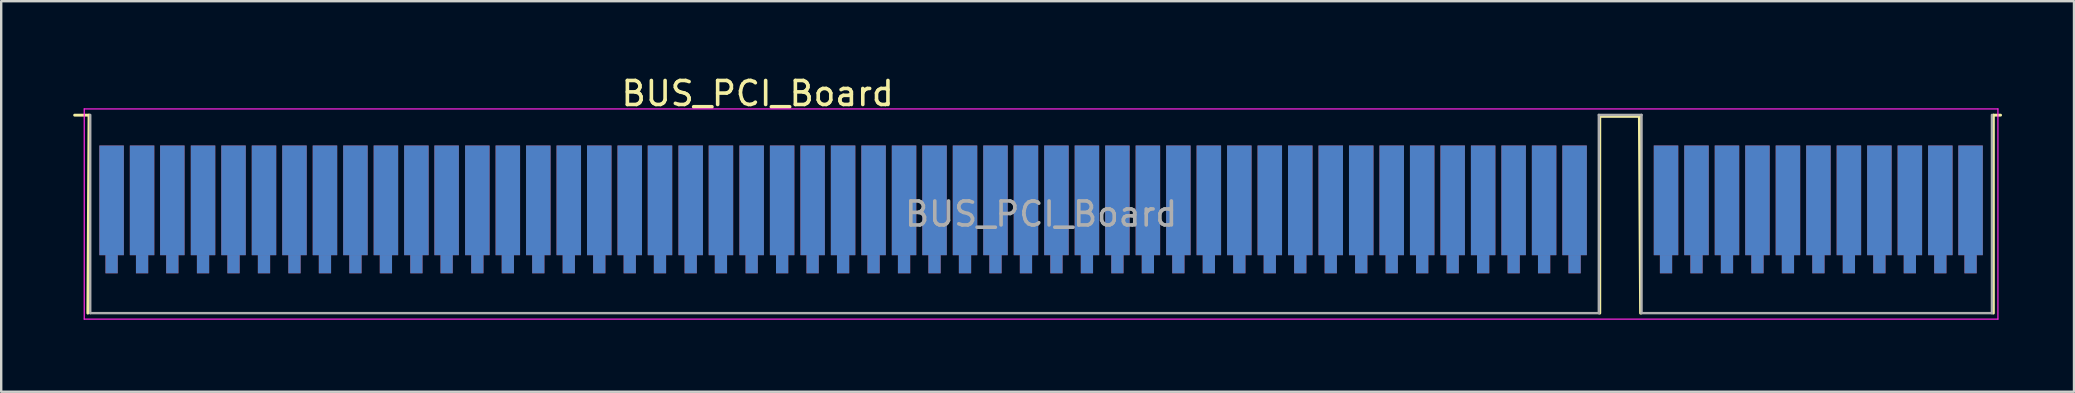
<source format=kicad_pcb>
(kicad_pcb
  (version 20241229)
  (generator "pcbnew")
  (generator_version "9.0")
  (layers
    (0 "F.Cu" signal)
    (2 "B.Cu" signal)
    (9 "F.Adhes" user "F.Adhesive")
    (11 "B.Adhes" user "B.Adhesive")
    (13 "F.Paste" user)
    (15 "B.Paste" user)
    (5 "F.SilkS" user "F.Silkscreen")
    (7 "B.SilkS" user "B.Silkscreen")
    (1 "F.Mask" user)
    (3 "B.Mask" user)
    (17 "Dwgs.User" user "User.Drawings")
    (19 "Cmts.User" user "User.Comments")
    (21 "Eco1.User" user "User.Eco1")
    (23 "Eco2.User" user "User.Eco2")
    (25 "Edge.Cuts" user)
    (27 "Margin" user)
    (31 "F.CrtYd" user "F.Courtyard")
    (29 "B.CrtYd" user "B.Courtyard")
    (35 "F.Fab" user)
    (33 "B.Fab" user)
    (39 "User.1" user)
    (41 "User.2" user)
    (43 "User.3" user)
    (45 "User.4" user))
  (footprint "BUS_PCI_Board"
    (layer "F.Cu")
    (at 40.33 6.628)
    (property "Reference" "BUS_PCI_Board" (at -11.81 -5.78 0) (layer "F.SilkS") (effects (font (size 1 1) (thickness 0.15))))
    (attr exclude_from_pos_files exclude_from_bom)
    (fp_line (start -40.27 -4.88) (end -39.67 -4.88) (stroke (width 0.12) (type solid)) (layer "F.SilkS"))
    (fp_line (start -39.67 -4.88) (end -39.72 3.37) (stroke (width 0.12) (type solid)) (layer "F.SilkS"))
    (fp_line (start 23.28 -4.83) (end 24.93 -4.83) (stroke (width 0.12) (type solid)) (layer "F.SilkS"))
    (fp_line (start 23.28 3.37) (end 23.28 -4.83) (stroke (width 0.12) (type solid)) (layer "F.SilkS"))
    (fp_line (start 24.93 -4.83) (end 24.98 3.37) (stroke (width 0.12) (type solid)) (layer "F.SilkS"))
    (fp_line (start 39.68 -4.88) (end 39.98 -4.88) (stroke (width 0.12) (type solid)) (layer "F.SilkS"))
    (fp_line (start 39.68 3.37) (end 39.68 -4.88) (stroke (width 0.12) (type solid)) (layer "F.SilkS"))
    (fp_line (start -39.87 -5.14) (end -39.87 3.62) (stroke (width 0.05) (type solid)) (layer "F.CrtYd"))
    (fp_line (start -39.87 -5.14) (end 39.87 -5.14) (stroke (width 0.05) (type solid)) (layer "F.CrtYd"))
    (fp_line (start 39.87 3.62) (end -39.87 3.62) (stroke (width 0.05) (type solid)) (layer "F.CrtYd"))
    (fp_line (start 39.87 3.62) (end 39.87 -5.14) (stroke (width 0.05) (type solid)) (layer "F.CrtYd"))
    (fp_line (start -39.62 -4.89) (end -39.62 3.37) (stroke (width 0.1) (type solid)) (layer "F.Fab"))
    (fp_line (start -39.62 3.37) (end 23.24 3.37) (stroke (width 0.1) (type solid)) (layer "F.Fab"))
    (fp_line (start 23.24 -4.89) (end 25.02 -4.89) (stroke (width 0.1) (type solid)) (layer "F.Fab"))
    (fp_line (start 23.24 3.37) (end 23.24 -4.89) (stroke (width 0.1) (type solid)) (layer "F.Fab"))
    (fp_line (start 25.02 -4.89) (end 25.02 3.37) (stroke (width 0.1) (type solid)) (layer "F.Fab"))
    (fp_line (start 25.02 3.37) (end 39.62 3.37) (stroke (width 0.1) (type solid)) (layer "F.Fab"))
    (fp_line (start 39.62 3.37) (end 39.62 -4.89) (stroke (width 0.1) (type solid)) (layer "F.Fab"))
    (fp_text user "${REFERENCE}" (at 0 -0.76 0) (layer "F.Fab") (effects (font (size 1 1) (thickness 0.15))))
    (pad "A1" connect rect (at -38.73 -1.33) (size 1.02 4.57) (layers "B.Cu" "B.Mask"))
    (pad "A1" connect rect (at -38.73 1.33) (size 0.51 0.76) (layers "B.Cu" "B.Mask"))
    (pad "A2" connect rect (at -37.46 -1.33) (size 1.02 4.57) (layers "B.Cu" "B.Mask"))
    (pad "A2" connect rect (at -37.46 1.33) (size 0.51 0.76) (layers "B.Cu" "B.Mask"))
    (pad "A3" connect rect (at -36.2 -1.33) (size 1.02 4.57) (layers "B.Cu" "B.Mask"))
    (pad "A3" connect rect (at -36.2 1.33) (size 0.51 0.76) (layers "B.Cu" "B.Mask"))
    (pad "A4" connect rect (at -34.92 -1.33) (size 1.02 4.57) (layers "B.Cu" "B.Mask"))
    (pad "A4" connect rect (at -34.92 1.33) (size 0.51 0.76) (layers "B.Cu" "B.Mask"))
    (pad "A5" connect rect (at -33.65 -1.33) (size 1.02 4.57) (layers "B.Cu" "B.Mask"))
    (pad "A5" connect rect (at -33.65 1.33) (size 0.51 0.76) (layers "B.Cu" "B.Mask"))
    (pad "A6" connect rect (at -32.38 -1.33) (size 1.02 4.57) (layers "B.Cu" "B.Mask"))
    (pad "A6" connect rect (at -32.38 1.33) (size 0.51 0.76) (layers "B.Cu" "B.Mask"))
    (pad "A7" connect rect (at -31.11 -1.33) (size 1.02 4.57) (layers "B.Cu" "B.Mask"))
    (pad "A7" connect rect (at -31.11 1.33) (size 0.51 0.76) (layers "B.Cu" "B.Mask"))
    (pad "A8" connect rect (at -29.84 -1.33) (size 1.02 4.57) (layers "B.Cu" "B.Mask"))
    (pad "A8" connect rect (at -29.84 1.33) (size 0.51 0.76) (layers "B.Cu" "B.Mask"))
    (pad "A9" connect rect (at -28.57 -1.33) (size 1.02 4.57) (layers "B.Cu" "B.Mask"))
    (pad "A9" connect rect (at -28.57 1.33) (size 0.51 0.76) (layers "B.Cu" "B.Mask"))
    (pad "A10" connect rect (at -27.3 -1.33) (size 1.02 4.57) (layers "B.Cu" "B.Mask"))
    (pad "A10" connect rect (at -27.3 1.33) (size 0.51 0.76) (layers "B.Cu" "B.Mask"))
    (pad "A11" connect rect (at -26.03 -1.33) (size 1.02 4.57) (layers "B.Cu" "B.Mask"))
    (pad "A11" connect rect (at -26.03 1.33) (size 0.51 0.76) (layers "B.Cu" "B.Mask"))
    (pad "A12" connect rect (at -24.77 -1.33) (size 1.02 4.57) (layers "B.Cu" "B.Mask"))
    (pad "A12" connect rect (at -24.77 1.33) (size 0.51 0.76) (layers "B.Cu" "B.Mask"))
    (pad "A13" connect rect (at -23.49 -1.33) (size 1.02 4.57) (layers "B.Cu" "B.Mask"))
    (pad "A13" connect rect (at -23.49 1.33) (size 0.51 0.76) (layers "B.Cu" "B.Mask"))
    (pad "A14" connect rect (at -22.22 -1.33) (size 1.02 4.57) (layers "B.Cu" "B.Mask"))
    (pad "A14" connect rect (at -22.22 1.33) (size 0.51 0.76) (layers "B.Cu" "B.Mask"))
    (pad "A15" connect rect (at -20.95 -1.33) (size 1.02 4.57) (layers "B.Cu" "B.Mask"))
    (pad "A15" connect rect (at -20.95 1.33) (size 0.51 0.76) (layers "B.Cu" "B.Mask"))
    (pad "A16" connect rect (at -19.68 -1.33) (size 1.02 4.57) (layers "B.Cu" "B.Mask"))
    (pad "A16" connect rect (at -19.68 1.33) (size 0.51 0.76) (layers "B.Cu" "B.Mask"))
    (pad "A17" connect rect (at -18.41 -1.33) (size 1.02 4.57) (layers "B.Cu" "B.Mask"))
    (pad "A17" connect rect (at -18.41 1.33) (size 0.51 0.76) (layers "B.Cu" "B.Mask"))
    (pad "A18" connect rect (at -17.14 -1.33) (size 1.02 4.57) (layers "B.Cu" "B.Mask"))
    (pad "A18" connect rect (at -17.14 1.33) (size 0.51 0.76) (layers "B.Cu" "B.Mask"))
    (pad "A19" connect rect (at -15.88 -1.33) (size 1.02 4.57) (layers "B.Cu" "B.Mask"))
    (pad "A19" connect rect (at -15.88 1.33) (size 0.51 0.76) (layers "B.Cu" "B.Mask"))
    (pad "A20" connect rect (at -14.6 -1.33) (size 1.02 4.57) (layers "B.Cu" "B.Mask"))
    (pad "A20" connect rect (at -14.6 1.33) (size 0.51 0.76) (layers "B.Cu" "B.Mask"))
    (pad "A21" connect rect (at -13.34 -1.33) (size 1.02 4.57) (layers "B.Cu" "B.Mask"))
    (pad "A21" connect rect (at -13.34 1.33) (size 0.51 0.76) (layers "B.Cu" "B.Mask"))
    (pad "A22" connect rect (at -12.06 -1.33) (size 1.02 4.57) (layers "B.Cu" "B.Mask"))
    (pad "A22" connect rect (at -12.06 1.33) (size 0.51 0.76) (layers "B.Cu" "B.Mask"))
    (pad "A23" connect rect (at -10.79 -1.33) (size 1.02 4.57) (layers "B.Cu" "B.Mask"))
    (pad "A23" connect rect (at -10.79 1.33) (size 0.51 0.76) (layers "B.Cu" "B.Mask"))
    (pad "A24" connect rect (at -9.52 -1.33) (size 1.02 4.57) (layers "B.Cu" "B.Mask"))
    (pad "A24" connect rect (at -9.52 1.33) (size 0.51 0.76) (layers "B.Cu" "B.Mask"))
    (pad "A25" connect rect (at -8.25 -1.33) (size 1.02 4.57) (layers "B.Cu" "B.Mask"))
    (pad "A25" connect rect (at -8.25 1.33) (size 0.51 0.76) (layers "B.Cu" "B.Mask"))
    (pad "A26" connect rect (at -6.98 -1.33) (size 1.02 4.57) (layers "B.Cu" "B.Mask"))
    (pad "A26" connect rect (at -6.98 1.33) (size 0.51 0.76) (layers "B.Cu" "B.Mask"))
    (pad "A27" connect rect (at -5.71 -1.33) (size 1.02 4.57) (layers "B.Cu" "B.Mask"))
    (pad "A27" connect rect (at -5.71 1.33) (size 0.51 0.76) (layers "B.Cu" "B.Mask"))
    (pad "A28" connect rect (at -4.44 -1.33) (size 1.02 4.57) (layers "B.Cu" "B.Mask"))
    (pad "A28" connect rect (at -4.44 1.33) (size 0.51 0.76) (layers "B.Cu" "B.Mask"))
    (pad "A29" connect rect (at -3.17 -1.33) (size 1.02 4.57) (layers "B.Cu" "B.Mask"))
    (pad "A29" connect rect (at -3.17 1.33) (size 0.51 0.76) (layers "B.Cu" "B.Mask"))
    (pad "A30" connect rect (at -1.9 -1.33) (size 1.02 4.57) (layers "B.Cu" "B.Mask"))
    (pad "A30" connect rect (at -1.9 1.33) (size 0.51 0.76) (layers "B.Cu" "B.Mask"))
    (pad "A31" connect rect (at -0.63 -1.33) (size 1.02 4.57) (layers "B.Cu" "B.Mask"))
    (pad "A31" connect rect (at -0.63 1.33) (size 0.51 0.76) (layers "B.Cu" "B.Mask"))
    (pad "A32" connect rect (at 0.64 -1.33) (size 1.02 4.57) (layers "B.Cu" "B.Mask"))
    (pad "A32" connect rect (at 0.64 1.33) (size 0.51 0.76) (layers "B.Cu" "B.Mask"))
    (pad "A33" connect rect (at 1.91 -1.33) (size 1.02 4.57) (layers "B.Cu" "B.Mask"))
    (pad "A33" connect rect (at 1.91 1.33) (size 0.51 0.76) (layers "B.Cu" "B.Mask"))
    (pad "A34" connect rect (at 3.18 -1.33) (size 1.02 4.57) (layers "B.Cu" "B.Mask"))
    (pad "A34" connect rect (at 3.18 1.33) (size 0.51 0.76) (layers "B.Cu" "B.Mask"))
    (pad "A35" connect rect (at 4.45 -1.33) (size 1.02 4.57) (layers "B.Cu" "B.Mask"))
    (pad "A35" connect rect (at 4.45 1.33) (size 0.51 0.76) (layers "B.Cu" "B.Mask"))
    (pad "A36" connect rect (at 5.72 -1.33) (size 1.02 4.57) (layers "B.Cu" "B.Mask"))
    (pad "A36" connect rect (at 5.72 1.33) (size 0.51 0.76) (layers "B.Cu" "B.Mask"))
    (pad "A37" connect rect (at 6.99 -1.33) (size 1.02 4.57) (layers "B.Cu" "B.Mask"))
    (pad "A37" connect rect (at 6.99 1.33) (size 0.51 0.76) (layers "B.Cu" "B.Mask"))
    (pad "A38" connect rect (at 8.26 -1.33) (size 1.02 4.57) (layers "B.Cu" "B.Mask"))
    (pad "A38" connect rect (at 8.26 1.33) (size 0.51 0.76) (layers "B.Cu" "B.Mask"))
    (pad "A39" connect rect (at 9.53 -1.33) (size 1.02 4.57) (layers "B.Cu" "B.Mask"))
    (pad "A39" connect rect (at 9.53 1.33) (size 0.51 0.76) (layers "B.Cu" "B.Mask"))
    (pad "A40" connect rect (at 10.8 -1.33) (size 1.02 4.57) (layers "B.Cu" "B.Mask"))
    (pad "A40" connect rect (at 10.8 1.33) (size 0.51 0.76) (layers "B.Cu" "B.Mask"))
    (pad "A41" connect rect (at 12.07 -1.33) (size 1.02 4.57) (layers "B.Cu" "B.Mask"))
    (pad "A41" connect rect (at 12.07 1.33) (size 0.51 0.76) (layers "B.Cu" "B.Mask"))
    (pad "A42" connect rect (at 13.34 -1.33) (size 1.02 4.57) (layers "B.Cu" "B.Mask"))
    (pad "A42" connect rect (at 13.34 1.33) (size 0.51 0.76) (layers "B.Cu" "B.Mask"))
    (pad "A43" connect rect (at 14.61 -1.33) (size 1.02 4.57) (layers "B.Cu" "B.Mask"))
    (pad "A43" connect rect (at 14.61 1.33) (size 0.51 0.76) (layers "B.Cu" "B.Mask"))
    (pad "A44" connect rect (at 15.88 -1.33) (size 1.02 4.57) (layers "B.Cu" "B.Mask"))
    (pad "A44" connect rect (at 15.88 1.33) (size 0.51 0.76) (layers "B.Cu" "B.Mask"))
    (pad "A45" connect rect (at 17.15 -1.33) (size 1.02 4.57) (layers "B.Cu" "B.Mask"))
    (pad "A45" connect rect (at 17.15 1.33) (size 0.51 0.76) (layers "B.Cu" "B.Mask"))
    (pad "A46" connect rect (at 18.42 -1.33) (size 1.02 4.57) (layers "B.Cu" "B.Mask"))
    (pad "A46" connect rect (at 18.42 1.33) (size 0.51 0.76) (layers "B.Cu" "B.Mask"))
    (pad "A47" connect rect (at 19.69 -1.33) (size 1.02 4.57) (layers "B.Cu" "B.Mask"))
    (pad "A47" connect rect (at 19.69 1.33) (size 0.51 0.76) (layers "B.Cu" "B.Mask"))
    (pad "A48" connect rect (at 20.96 -1.33) (size 1.02 4.57) (layers "B.Cu" "B.Mask"))
    (pad "A48" connect rect (at 20.96 1.33) (size 0.51 0.76) (layers "B.Cu" "B.Mask"))
    (pad "A49" connect rect (at 22.23 -1.33) (size 1.02 4.57) (layers "B.Cu" "B.Mask"))
    (pad "A49" connect rect (at 22.23 1.33) (size 0.51 0.76) (layers "B.Cu" "B.Mask"))
    (pad "A52" connect rect (at 26.04 -1.33) (size 1.02 4.57) (layers "B.Cu" "B.Mask"))
    (pad "A52" connect rect (at 26.04 1.33) (size 0.51 0.76) (layers "B.Cu" "B.Mask"))
    (pad "A53" connect rect (at 27.31 -1.33) (size 1.02 4.57) (layers "B.Cu" "B.Mask"))
    (pad "A53" connect rect (at 27.31 1.33) (size 0.51 0.76) (layers "B.Cu" "B.Mask"))
    (pad "A54" connect rect (at 28.58 -1.33) (size 1.02 4.57) (layers "B.Cu" "B.Mask"))
    (pad "A54" connect rect (at 28.58 1.33) (size 0.51 0.76) (layers "B.Cu" "B.Mask"))
    (pad "A55" connect rect (at 29.85 -1.33) (size 1.02 4.57) (layers "B.Cu" "B.Mask"))
    (pad "A55" connect rect (at 29.85 1.33) (size 0.51 0.76) (layers "B.Cu" "B.Mask"))
    (pad "A56" connect rect (at 31.12 -1.33) (size 1.02 4.57) (layers "B.Cu" "B.Mask"))
    (pad "A56" connect rect (at 31.12 1.33) (size 0.51 0.76) (layers "B.Cu" "B.Mask"))
    (pad "A57" connect rect (at 32.39 -1.33) (size 1.02 4.57) (layers "B.Cu" "B.Mask"))
    (pad "A57" connect rect (at 32.39 1.33) (size 0.51 0.76) (layers "B.Cu" "B.Mask"))
    (pad "A58" connect rect (at 33.66 -1.33) (size 1.02 4.57) (layers "B.Cu" "B.Mask"))
    (pad "A58" connect rect (at 33.66 1.33) (size 0.51 0.76) (layers "B.Cu" "B.Mask"))
    (pad "A59" connect rect (at 34.93 -1.33) (size 1.02 4.57) (layers "B.Cu" "B.Mask"))
    (pad "A59" connect rect (at 34.93 1.33) (size 0.51 0.76) (layers "B.Cu" "B.Mask"))
    (pad "A60" connect rect (at 36.2 -1.33) (size 1.02 4.57) (layers "B.Cu" "B.Mask"))
    (pad "A60" connect rect (at 36.2 1.33) (size 0.51 0.76) (layers "B.Cu" "B.Mask"))
    (pad "A61" connect rect (at 37.47 -1.33) (size 1.02 4.57) (layers "B.Cu" "B.Mask"))
    (pad "A61" connect rect (at 37.47 1.33) (size 0.51 0.76) (layers "B.Cu" "B.Mask"))
    (pad "A62" connect rect (at 38.73 -1.33) (size 1.02 4.57) (layers "B.Cu" "B.Mask"))
    (pad "A62" connect rect (at 38.73 1.33) (size 0.51 0.76) (layers "B.Cu" "B.Mask"))
    (pad "B1" connect rect (at -38.73 -1.33) (size 1.02 4.57) (layers "F.Cu" "F.Mask"))
    (pad "B1" connect rect (at -38.73 1.33) (size 0.51 0.76) (layers "F.Cu" "F.Mask"))
    (pad "B2" connect rect (at -37.46 -1.33) (size 1.02 4.57) (layers "F.Cu" "F.Mask"))
    (pad "B2" connect rect (at -37.46 1.33) (size 0.51 0.76) (layers "F.Cu" "F.Mask"))
    (pad "B3" connect rect (at -36.2 -1.33) (size 1.02 4.57) (layers "F.Cu" "F.Mask"))
    (pad "B3" connect rect (at -36.2 1.33) (size 0.51 0.76) (layers "F.Cu" "F.Mask"))
    (pad "B4" connect rect (at -34.92 -1.33) (size 1.02 4.57) (layers "F.Cu" "F.Mask"))
    (pad "B4" connect rect (at -34.92 1.33) (size 0.51 0.76) (layers "F.Cu" "F.Mask"))
    (pad "B5" connect rect (at -33.65 -1.33) (size 1.02 4.57) (layers "F.Cu" "F.Mask"))
    (pad "B5" connect rect (at -33.65 1.33) (size 0.51 0.76) (layers "F.Cu" "F.Mask"))
    (pad "B6" connect rect (at -32.38 -1.33) (size 1.02 4.57) (layers "F.Cu" "F.Mask"))
    (pad "B6" connect rect (at -32.38 1.33) (size 0.51 0.76) (layers "F.Cu" "F.Mask"))
    (pad "B7" connect rect (at -31.11 -1.33) (size 1.02 4.57) (layers "F.Cu" "F.Mask"))
    (pad "B7" connect rect (at -31.11 1.33) (size 0.51 0.76) (layers "F.Cu" "F.Mask"))
    (pad "B8" connect rect (at -29.84 -1.33) (size 1.02 4.57) (layers "F.Cu" "F.Mask"))
    (pad "B8" connect rect (at -29.84 1.33) (size 0.51 0.76) (layers "F.Cu" "F.Mask"))
    (pad "B9" connect rect (at -28.57 -1.33) (size 1.02 4.57) (layers "F.Cu" "F.Mask"))
    (pad "B9" connect rect (at -28.57 1.33) (size 0.51 0.76) (layers "F.Cu" "F.Mask"))
    (pad "B10" connect rect (at -27.3 -1.33) (size 1.02 4.57) (layers "F.Cu" "F.Mask"))
    (pad "B10" connect rect (at -27.3 1.33) (size 0.51 0.76) (layers "F.Cu" "F.Mask"))
    (pad "B11" connect rect (at -26.03 -1.33) (size 1.02 4.57) (layers "F.Cu" "F.Mask"))
    (pad "B11" connect rect (at -26.03 1.33) (size 0.51 0.76) (layers "F.Cu" "F.Mask"))
    (pad "B12" connect rect (at -24.77 -1.33) (size 1.02 4.57) (layers "F.Cu" "F.Mask"))
    (pad "B12" connect rect (at -24.77 1.33) (size 0.51 0.76) (layers "F.Cu" "F.Mask"))
    (pad "B13" connect rect (at -23.49 -1.33) (size 1.02 4.57) (layers "F.Cu" "F.Mask"))
    (pad "B13" connect rect (at -23.49 1.33) (size 0.51 0.76) (layers "F.Cu" "F.Mask"))
    (pad "B14" connect rect (at -22.22 -1.33) (size 1.02 4.57) (layers "F.Cu" "F.Mask"))
    (pad "B14" connect rect (at -22.22 1.33) (size 0.51 0.76) (layers "F.Cu" "F.Mask"))
    (pad "B15" connect rect (at -20.95 -1.33) (size 1.02 4.57) (layers "F.Cu" "F.Mask"))
    (pad "B15" connect rect (at -20.95 1.33) (size 0.51 0.76) (layers "F.Cu" "F.Mask"))
    (pad "B16" connect rect (at -19.68 -1.33) (size 1.02 4.57) (layers "F.Cu" "F.Mask"))
    (pad "B16" connect rect (at -19.68 1.33) (size 0.51 0.76) (layers "F.Cu" "F.Mask"))
    (pad "B17" connect rect (at -18.41 -1.33) (size 1.02 4.57) (layers "F.Cu" "F.Mask"))
    (pad "B17" connect rect (at -18.41 1.33) (size 0.51 0.76) (layers "F.Cu" "F.Mask"))
    (pad "B18" connect rect (at -17.14 -1.33) (size 1.02 4.57) (layers "F.Cu" "F.Mask"))
    (pad "B18" connect rect (at -17.14 1.33) (size 0.51 0.76) (layers "F.Cu" "F.Mask"))
    (pad "B19" connect rect (at -15.88 -1.33) (size 1.02 4.57) (layers "F.Cu" "F.Mask"))
    (pad "B19" connect rect (at -15.88 1.33) (size 0.51 0.76) (layers "F.Cu" "F.Mask"))
    (pad "B20" connect rect (at -14.6 -1.33) (size 1.02 4.57) (layers "F.Cu" "F.Mask"))
    (pad "B20" connect rect (at -14.6 1.33) (size 0.51 0.76) (layers "F.Cu" "F.Mask"))
    (pad "B21" connect rect (at -13.34 -1.33) (size 1.02 4.57) (layers "F.Cu" "F.Mask"))
    (pad "B21" connect rect (at -13.34 1.33) (size 0.51 0.76) (layers "F.Cu" "F.Mask"))
    (pad "B22" connect rect (at -12.06 -1.33) (size 1.02 4.57) (layers "F.Cu" "F.Mask"))
    (pad "B22" connect rect (at -12.06 1.33) (size 0.51 0.76) (layers "F.Cu" "F.Mask"))
    (pad "B23" connect rect (at -10.79 -1.33) (size 1.02 4.57) (layers "F.Cu" "F.Mask"))
    (pad "B23" connect rect (at -10.79 1.33) (size 0.51 0.76) (layers "F.Cu" "F.Mask"))
    (pad "B24" connect rect (at -9.52 -1.33) (size 1.02 4.57) (layers "F.Cu" "F.Mask"))
    (pad "B24" connect rect (at -9.52 1.33) (size 0.51 0.76) (layers "F.Cu" "F.Mask"))
    (pad "B25" connect rect (at -8.25 -1.33) (size 1.02 4.57) (layers "F.Cu" "F.Mask"))
    (pad "B25" connect rect (at -8.25 1.33) (size 0.51 0.76) (layers "F.Cu" "F.Mask"))
    (pad "B26" connect rect (at -6.98 -1.33) (size 1.02 4.57) (layers "F.Cu" "F.Mask"))
    (pad "B26" connect rect (at -6.98 1.33) (size 0.51 0.76) (layers "F.Cu" "F.Mask"))
    (pad "B27" connect rect (at -5.71 -1.33) (size 1.02 4.57) (layers "F.Cu" "F.Mask"))
    (pad "B27" connect rect (at -5.71 1.33) (size 0.51 0.76) (layers "F.Cu" "F.Mask"))
    (pad "B28" connect rect (at -4.44 -1.33) (size 1.02 4.57) (layers "F.Cu" "F.Mask"))
    (pad "B28" connect rect (at -4.44 1.33) (size 0.51 0.76) (layers "F.Cu" "F.Mask"))
    (pad "B29" connect rect (at -3.17 -1.33) (size 1.02 4.57) (layers "F.Cu" "F.Mask"))
    (pad "B29" connect rect (at -3.17 1.33) (size 0.51 0.76) (layers "F.Cu" "F.Mask"))
    (pad "B30" connect rect (at -1.9 -1.33) (size 1.02 4.57) (layers "F.Cu" "F.Mask"))
    (pad "B30" connect rect (at -1.9 1.33) (size 0.51 0.76) (layers "F.Cu" "F.Mask"))
    (pad "B31" connect rect (at -0.63 -1.33) (size 1.02 4.57) (layers "F.Cu" "F.Mask"))
    (pad "B31" connect rect (at -0.63 1.33) (size 0.51 0.76) (layers "F.Cu" "F.Mask"))
    (pad "B32" connect rect (at 0.64 -1.33) (size 1.02 4.57) (layers "F.Cu" "F.Mask"))
    (pad "B32" connect rect (at 0.64 1.33) (size 0.51 0.76) (layers "F.Cu" "F.Mask"))
    (pad "B33" connect rect (at 1.91 -1.33) (size 1.02 4.57) (layers "F.Cu" "F.Mask"))
    (pad "B33" connect rect (at 1.91 1.33) (size 0.51 0.76) (layers "F.Cu" "F.Mask"))
    (pad "B34" connect rect (at 3.18 -1.33) (size 1.02 4.57) (layers "F.Cu" "F.Mask"))
    (pad "B34" connect rect (at 3.18 1.33) (size 0.51 0.76) (layers "F.Cu" "F.Mask"))
    (pad "B35" connect rect (at 4.45 -1.33) (size 1.02 4.57) (layers "F.Cu" "F.Mask"))
    (pad "B35" connect rect (at 4.45 1.33) (size 0.51 0.76) (layers "F.Cu" "F.Mask"))
    (pad "B36" connect rect (at 5.72 -1.33) (size 1.02 4.57) (layers "F.Cu" "F.Mask"))
    (pad "B36" connect rect (at 5.72 1.33) (size 0.51 0.76) (layers "F.Cu" "F.Mask"))
    (pad "B37" connect rect (at 6.99 -1.33) (size 1.02 4.57) (layers "F.Cu" "F.Mask"))
    (pad "B37" connect rect (at 6.99 1.33) (size 0.51 0.76) (layers "F.Cu" "F.Mask"))
    (pad "B38" connect rect (at 8.26 -1.33) (size 1.02 4.57) (layers "F.Cu" "F.Mask"))
    (pad "B38" connect rect (at 8.26 1.33) (size 0.51 0.76) (layers "F.Cu" "F.Mask"))
    (pad "B39" connect rect (at 9.53 -1.33) (size 1.02 4.57) (layers "F.Cu" "F.Mask"))
    (pad "B39" connect rect (at 9.53 1.33) (size 0.51 0.76) (layers "F.Cu" "F.Mask"))
    (pad "B40" connect rect (at 10.8 -1.33) (size 1.02 4.57) (layers "F.Cu" "F.Mask"))
    (pad "B40" connect rect (at 10.8 1.33) (size 0.51 0.76) (layers "F.Cu" "F.Mask"))
    (pad "B41" connect rect (at 12.07 -1.33) (size 1.02 4.57) (layers "F.Cu" "F.Mask"))
    (pad "B41" connect rect (at 12.07 1.33) (size 0.51 0.76) (layers "F.Cu" "F.Mask"))
    (pad "B42" connect rect (at 13.34 -1.33) (size 1.02 4.57) (layers "F.Cu" "F.Mask"))
    (pad "B42" connect rect (at 13.34 1.33) (size 0.51 0.76) (layers "F.Cu" "F.Mask"))
    (pad "B43" connect rect (at 14.61 -1.33) (size 1.02 4.57) (layers "F.Cu" "F.Mask"))
    (pad "B43" connect rect (at 14.61 1.33) (size 0.51 0.76) (layers "F.Cu" "F.Mask"))
    (pad "B44" connect rect (at 15.88 -1.33) (size 1.02 4.57) (layers "F.Cu" "F.Mask"))
    (pad "B44" connect rect (at 15.88 1.33) (size 0.51 0.76) (layers "F.Cu" "F.Mask"))
    (pad "B45" connect rect (at 17.15 -1.33) (size 1.02 4.57) (layers "F.Cu" "F.Mask"))
    (pad "B45" connect rect (at 17.15 1.33) (size 0.51 0.76) (layers "F.Cu" "F.Mask"))
    (pad "B46" connect rect (at 18.42 -1.33) (size 1.02 4.57) (layers "F.Cu" "F.Mask"))
    (pad "B46" connect rect (at 18.42 1.33) (size 0.51 0.76) (layers "F.Cu" "F.Mask"))
    (pad "B47" connect rect (at 19.69 -1.33) (size 1.02 4.57) (layers "F.Cu" "F.Mask"))
    (pad "B47" connect rect (at 19.69 1.33) (size 0.51 0.76) (layers "F.Cu" "F.Mask"))
    (pad "B48" connect rect (at 20.96 -1.33) (size 1.02 4.57) (layers "F.Cu" "F.Mask"))
    (pad "B48" connect rect (at 20.96 1.33) (size 0.51 0.76) (layers "F.Cu" "F.Mask"))
    (pad "B49" connect rect (at 22.23 -1.33) (size 1.02 4.57) (layers "F.Cu" "F.Mask"))
    (pad "B49" connect rect (at 22.23 1.33) (size 0.51 0.76) (layers "F.Cu" "F.Mask"))
    (pad "B52" connect rect (at 26.04 -1.33) (size 1.02 4.57) (layers "F.Cu" "F.Mask"))
    (pad "B52" connect rect (at 26.04 1.33) (size 0.51 0.76) (layers "F.Cu" "F.Mask"))
    (pad "B53" connect rect (at 27.31 -1.33) (size 1.02 4.57) (layers "F.Cu" "F.Mask"))
    (pad "B53" connect rect (at 27.31 1.33) (size 0.51 0.76) (layers "F.Cu" "F.Mask"))
    (pad "B54" connect rect (at 28.58 -1.33) (size 1.02 4.57) (layers "F.Cu" "F.Mask"))
    (pad "B54" connect rect (at 28.58 1.33) (size 0.51 0.76) (layers "F.Cu" "F.Mask"))
    (pad "B55" connect rect (at 29.85 -1.33) (size 1.02 4.57) (layers "F.Cu" "F.Mask"))
    (pad "B55" connect rect (at 29.85 1.33) (size 0.51 0.76) (layers "F.Cu" "F.Mask"))
    (pad "B56" connect rect (at 31.12 -1.33) (size 1.02 4.57) (layers "F.Cu" "F.Mask"))
    (pad "B56" connect rect (at 31.12 1.33) (size 0.51 0.76) (layers "F.Cu" "F.Mask"))
    (pad "B57" connect rect (at 32.39 -1.33) (size 1.02 4.57) (layers "F.Cu" "F.Mask"))
    (pad "B57" connect rect (at 32.39 1.33) (size 0.51 0.76) (layers "F.Cu" "F.Mask"))
    (pad "B58" connect rect (at 33.66 -1.33) (size 1.02 4.57) (layers "F.Cu" "F.Mask"))
    (pad "B58" connect rect (at 33.66 1.33) (size 0.51 0.76) (layers "F.Cu" "F.Mask"))
    (pad "B59" connect rect (at 34.93 -1.33) (size 1.02 4.57) (layers "F.Cu" "F.Mask"))
    (pad "B59" connect rect (at 34.93 1.33) (size 0.51 0.76) (layers "F.Cu" "F.Mask"))
    (pad "B60" connect rect (at 36.2 -1.33) (size 1.02 4.57) (layers "F.Cu" "F.Mask"))
    (pad "B60" connect rect (at 36.2 1.33) (size 0.51 0.76) (layers "F.Cu" "F.Mask"))
    (pad "B61" connect rect (at 37.47 -1.33) (size 1.02 4.57) (layers "F.Cu" "F.Mask"))
    (pad "B61" connect rect (at 37.47 1.33) (size 0.51 0.76) (layers "F.Cu" "F.Mask"))
    (pad "B62" connect rect (at 38.73 -1.33) (size 1.02 4.57) (layers "F.Cu" "F.Mask"))
    (pad "B62" connect rect (at 38.73 1.33) (size 0.51 0.76) (layers "F.Cu" "F.Mask")))
  (gr_rect
    (start -3 -3)
    (end 83.37 13.273)
    (stroke (width 0.1) (type default))
    (fill no)
    (layer "Edge.Cuts")))
</source>
